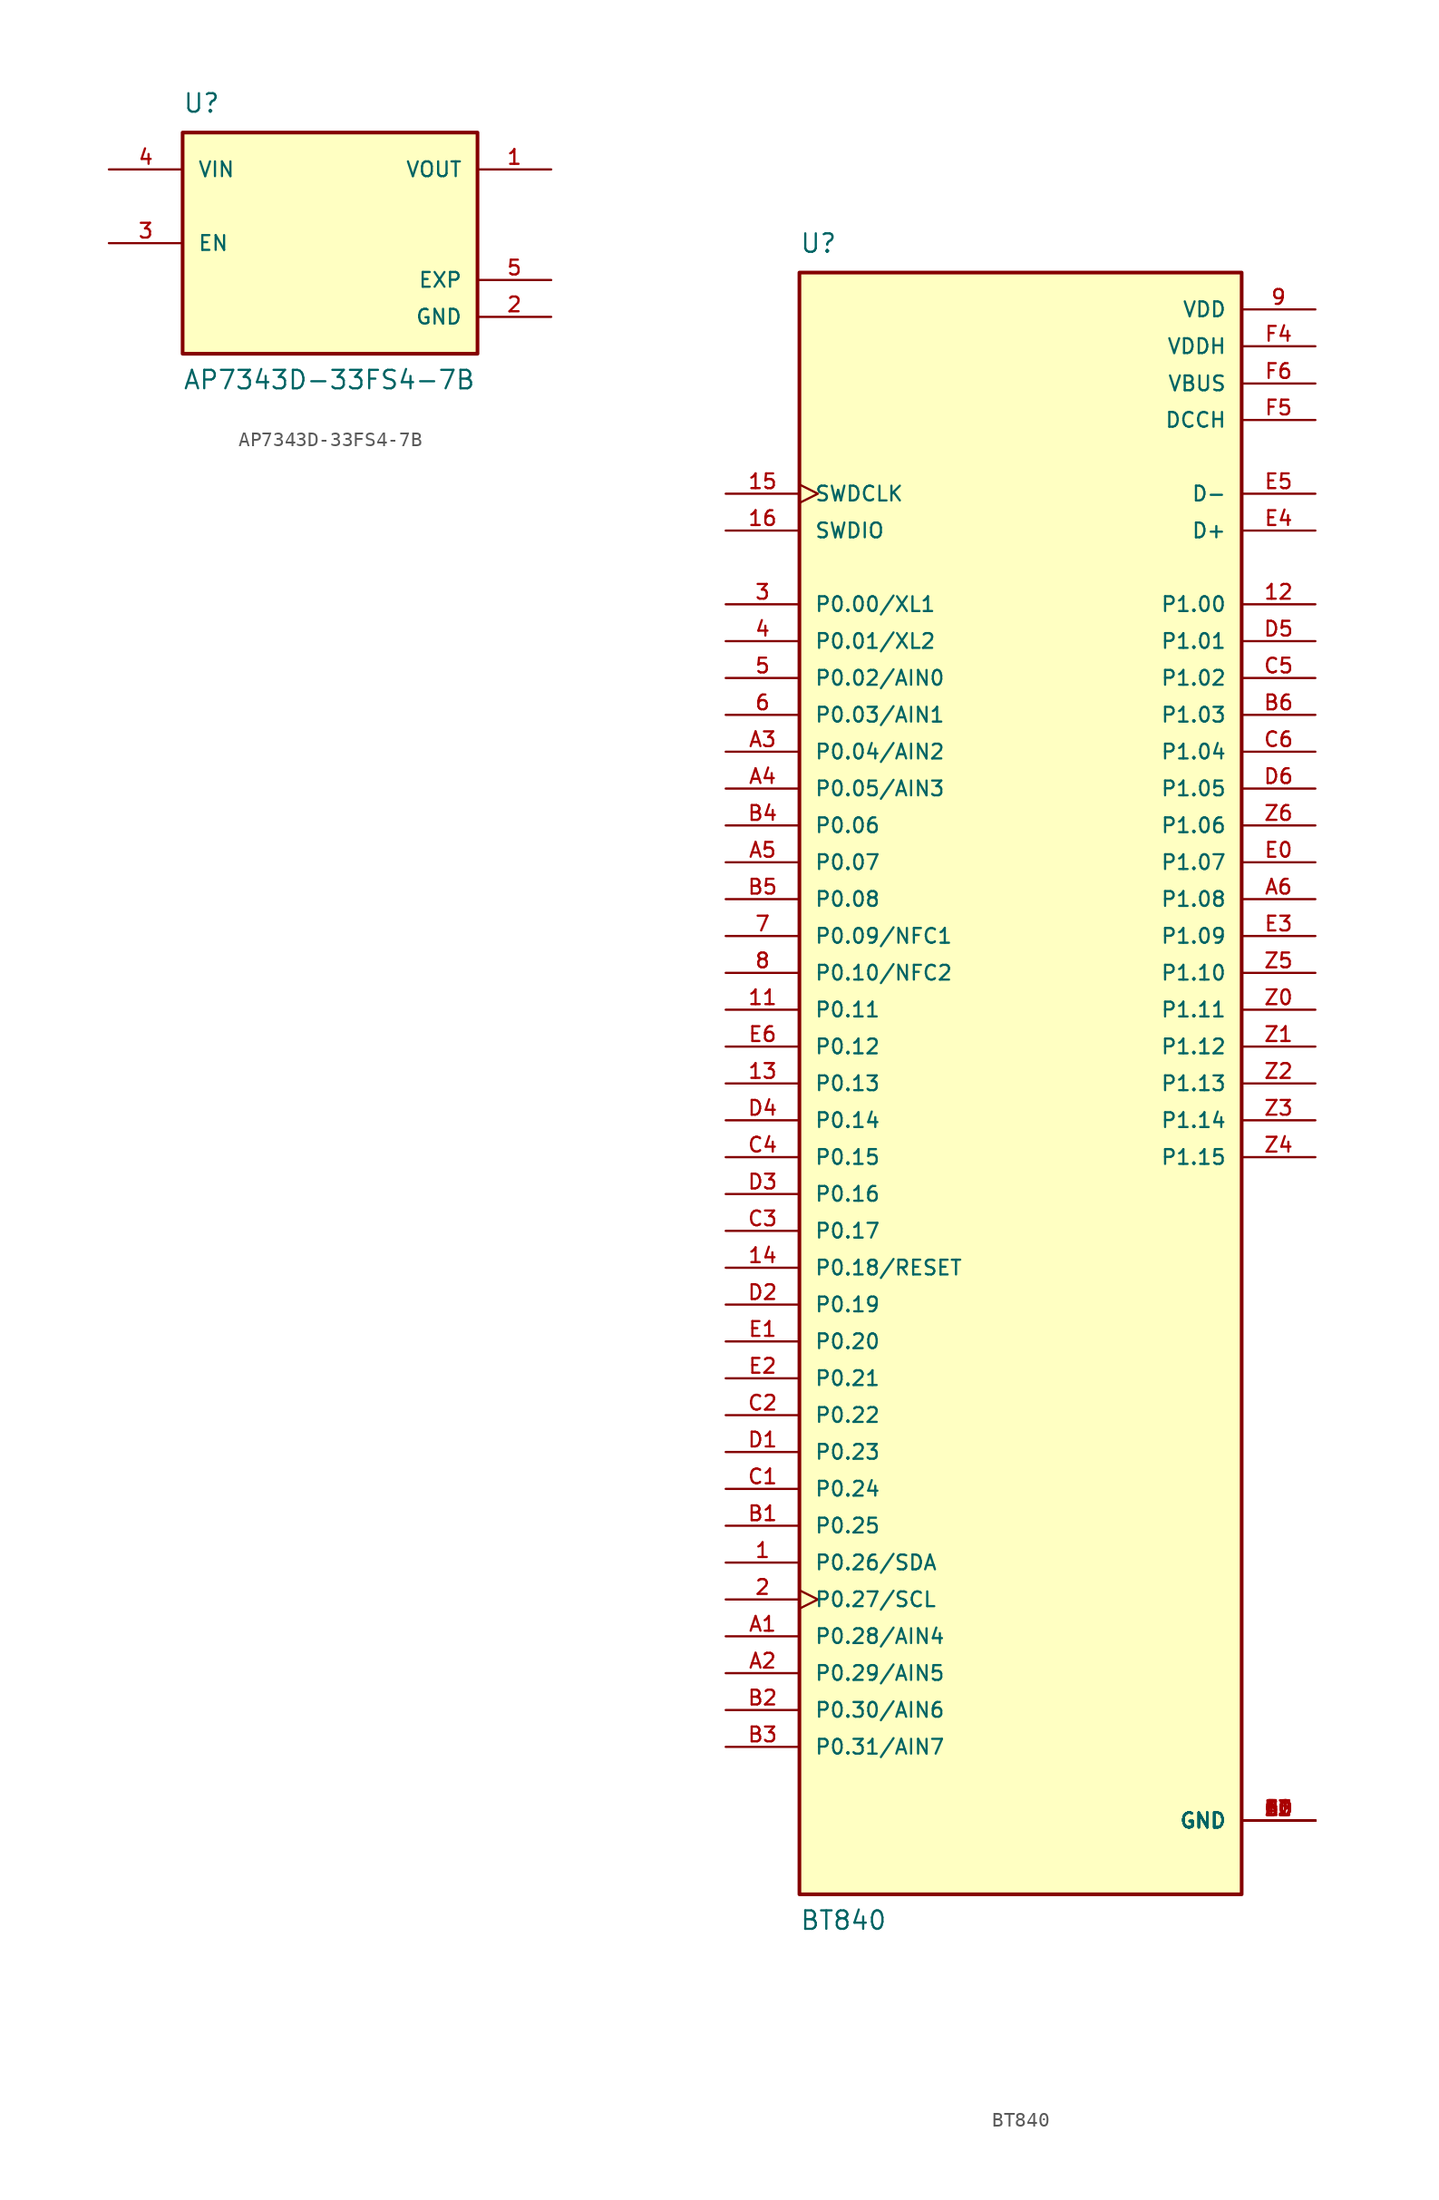
<source format=kicad_sym>
(kicad_symbol_lib
  (version 20220914)
  (generator kicad_symbol_editor)
  (symbol "AP7343D-33FS4-7B"
    (pin_names
      (offset 1.016))
    (property "Reference" "U"
      (at -10.164 8.898 0)
      (effects (font (size 1.27 1.27)) (justify left bottom)))
    (property "Value" "AP7343D-33FS4-7B"
      (at -10.161 -10.163 0)
      (effects (font (size 1.27 1.27)) (justify left bottom)))
    (symbol "AP7343D-33FS4-7B_0_0"
      (rectangle (start -10.16 -7.62) (end 10.16 7.62) (stroke (width 0.254) (type default)) (fill (type background)))
      (pin output line (at 15.24 5.08 180) (length 5.08) (name "VOUT" (effects (font (size 1.016 1.016)))) (number "1" (effects (font (size 1.016 1.016)))))
      (pin power_in line (at 15.24 -5.08 180) (length 5.08) (name "GND" (effects (font (size 1.016 1.016)))) (number "2" (effects (font (size 1.016 1.016)))))
      (pin input line (at -15.24 0 0) (length 5.08) (name "EN" (effects (font (size 1.016 1.016)))) (number "3" (effects (font (size 1.016 1.016)))))
      (pin input line (at -15.24 5.08 0) (length 5.08) (name "VIN" (effects (font (size 1.016 1.016)))) (number "4" (effects (font (size 1.016 1.016)))))
      (pin passive line (at 15.24 -2.54 180) (length 5.08) (name "EXP" (effects (font (size 1.016 1.016)))) (number "5" (effects (font (size 1.016 1.016)))))))
  (symbol "BT840"
    (pin_names
      (offset 1.016))
    (property "Reference" "U"
      (at -15.24 57.15 0)
      (effects (font (size 1.27 1.27)) (justify left bottom)))
    (property "Value" "BT840"
      (at -15.24 -58.42 0)
      (effects (font (size 1.27 1.27)) (justify left bottom)))
    (property "ki_locked" ""
      (at 0 0 0)
      (effects (font (size 1.27 1.27))))
    (symbol "BT840_0_0"
      (rectangle (start -15.24 -55.88) (end 15.24 55.88) (stroke (width 0.254) (type default)) (fill (type background)))
      (pin bidirectional line (at -20.32 -33.02 0) (length 5.08) (name "P0.26/SDA" (effects (font (size 1.016 1.016)))) (number "1" (effects (font (size 1.016 1.016)))))
      (pin power_in line (at 20.32 -50.8 180) (length 5.08) (name "GND" (effects (font (size 1.016 1.016)))) (number "10" (effects (font (size 1.016 1.016)))))
      (pin bidirectional line (at -20.32 5.08 0) (length 5.08) (name "P0.11" (effects (font (size 1.016 1.016)))) (number "11" (effects (font (size 1.016 1.016)))))
      (pin bidirectional line (at 20.32 33.02 180) (length 5.08) (name "P1.00" (effects (font (size 1.016 1.016)))) (number "12" (effects (font (size 1.016 1.016)))))
      (pin bidirectional line (at -20.32 0 0) (length 5.08) (name "P0.13" (effects (font (size 1.016 1.016)))) (number "13" (effects (font (size 1.016 1.016)))))
      (pin bidirectional line (at -20.32 -12.7 0) (length 5.08) (name "P0.18/RESET" (effects (font (size 1.016 1.016)))) (number "14" (effects (font (size 1.016 1.016)))))
      (pin input clock (at -20.32 40.64 0) (length 5.08) (name "SWDCLK" (effects (font (size 1.016 1.016)))) (number "15" (effects (font (size 1.016 1.016)))))
      (pin bidirectional line (at -20.32 38.1 0) (length 5.08) (name "SWDIO" (effects (font (size 1.016 1.016)))) (number "16" (effects (font (size 1.016 1.016)))))
      (pin bidirectional clock (at -20.32 -35.56 0) (length 5.08) (name "P0.27/SCL" (effects (font (size 1.016 1.016)))) (number "2" (effects (font (size 1.016 1.016)))))
      (pin bidirectional line (at -20.32 33.02 0) (length 5.08) (name "P0.00/XL1" (effects (font (size 1.016 1.016)))) (number "3" (effects (font (size 1.016 1.016)))))
      (pin bidirectional line (at -20.32 30.48 0) (length 5.08) (name "P0.01/XL2" (effects (font (size 1.016 1.016)))) (number "4" (effects (font (size 1.016 1.016)))))
      (pin bidirectional line (at -20.32 27.94 0) (length 5.08) (name "P0.02/AIN0" (effects (font (size 1.016 1.016)))) (number "5" (effects (font (size 1.016 1.016)))))
      (pin bidirectional line (at -20.32 25.4 0) (length 5.08) (name "P0.03/AIN1" (effects (font (size 1.016 1.016)))) (number "6" (effects (font (size 1.016 1.016)))))
      (pin bidirectional line (at -20.32 10.16 0) (length 5.08) (name "P0.09/NFC1" (effects (font (size 1.016 1.016)))) (number "7" (effects (font (size 1.016 1.016)))))
      (pin bidirectional line (at -20.32 7.62 0) (length 5.08) (name "P0.10/NFC2" (effects (font (size 1.016 1.016)))) (number "8" (effects (font (size 1.016 1.016)))))
      (pin power_in line (at 20.32 53.34 180) (length 5.08) (name "VDD" (effects (font (size 1.016 1.016)))) (number "9" (effects (font (size 1.016 1.016)))))
      (pin power_in line (at 20.32 -50.8 180) (length 5.08) (name "GND" (effects (font (size 1.016 1.016)))) (number "A0" (effects (font (size 1.016 1.016)))))
      (pin bidirectional line (at -20.32 -38.1 0) (length 5.08) (name "P0.28/AIN4" (effects (font (size 1.016 1.016)))) (number "A1" (effects (font (size 1.016 1.016)))))
      (pin bidirectional line (at -20.32 -40.64 0) (length 5.08) (name "P0.29/AIN5" (effects (font (size 1.016 1.016)))) (number "A2" (effects (font (size 1.016 1.016)))))
      (pin bidirectional line (at -20.32 22.86 0) (length 5.08) (name "P0.04/AIN2" (effects (font (size 1.016 1.016)))) (number "A3" (effects (font (size 1.016 1.016)))))
      (pin bidirectional line (at -20.32 20.32 0) (length 5.08) (name "P0.05/AIN3" (effects (font (size 1.016 1.016)))) (number "A4" (effects (font (size 1.016 1.016)))))
      (pin bidirectional line (at -20.32 15.24 0) (length 5.08) (name "P0.07" (effects (font (size 1.016 1.016)))) (number "A5" (effects (font (size 1.016 1.016)))))
      (pin bidirectional line (at 20.32 12.7 180) (length 5.08) (name "P1.08" (effects (font (size 1.016 1.016)))) (number "A6" (effects (font (size 1.016 1.016)))))
      (pin power_in line (at 20.32 -50.8 180) (length 5.08) (name "GND" (effects (font (size 1.016 1.016)))) (number "B0" (effects (font (size 1.016 1.016)))))
      (pin bidirectional line (at -20.32 -30.48 0) (length 5.08) (name "P0.25" (effects (font (size 1.016 1.016)))) (number "B1" (effects (font (size 1.016 1.016)))))
      (pin bidirectional line (at -20.32 -43.18 0) (length 5.08) (name "P0.30/AIN6" (effects (font (size 1.016 1.016)))) (number "B2" (effects (font (size 1.016 1.016)))))
      (pin bidirectional line (at -20.32 -45.72 0) (length 5.08) (name "P0.31/AIN7" (effects (font (size 1.016 1.016)))) (number "B3" (effects (font (size 1.016 1.016)))))
      (pin bidirectional line (at -20.32 17.78 0) (length 5.08) (name "P0.06" (effects (font (size 1.016 1.016)))) (number "B4" (effects (font (size 1.016 1.016)))))
      (pin bidirectional line (at -20.32 12.7 0) (length 5.08) (name "P0.08" (effects (font (size 1.016 1.016)))) (number "B5" (effects (font (size 1.016 1.016)))))
      (pin bidirectional line (at 20.32 25.4 180) (length 5.08) (name "P1.03" (effects (font (size 1.016 1.016)))) (number "B6" (effects (font (size 1.016 1.016)))))
      (pin power_in line (at 20.32 -50.8 180) (length 5.08) (name "GND" (effects (font (size 1.016 1.016)))) (number "C0" (effects (font (size 1.016 1.016)))))
      (pin bidirectional line (at -20.32 -27.94 0) (length 5.08) (name "P0.24" (effects (font (size 1.016 1.016)))) (number "C1" (effects (font (size 1.016 1.016)))))
      (pin bidirectional line (at -20.32 -22.86 0) (length 5.08) (name "P0.22" (effects (font (size 1.016 1.016)))) (number "C2" (effects (font (size 1.016 1.016)))))
      (pin bidirectional line (at -20.32 -10.16 0) (length 5.08) (name "P0.17" (effects (font (size 1.016 1.016)))) (number "C3" (effects (font (size 1.016 1.016)))))
      (pin bidirectional line (at -20.32 -5.08 0) (length 5.08) (name "P0.15" (effects (font (size 1.016 1.016)))) (number "C4" (effects (font (size 1.016 1.016)))))
      (pin bidirectional line (at 20.32 27.94 180) (length 5.08) (name "P1.02" (effects (font (size 1.016 1.016)))) (number "C5" (effects (font (size 1.016 1.016)))))
      (pin bidirectional line (at 20.32 22.86 180) (length 5.08) (name "P1.04" (effects (font (size 1.016 1.016)))) (number "C6" (effects (font (size 1.016 1.016)))))
      (pin power_in line (at 20.32 -50.8 180) (length 5.08) (name "GND" (effects (font (size 1.016 1.016)))) (number "D0" (effects (font (size 1.016 1.016)))))
      (pin bidirectional line (at -20.32 -25.4 0) (length 5.08) (name "P0.23" (effects (font (size 1.016 1.016)))) (number "D1" (effects (font (size 1.016 1.016)))))
      (pin bidirectional line (at -20.32 -15.24 0) (length 5.08) (name "P0.19" (effects (font (size 1.016 1.016)))) (number "D2" (effects (font (size 1.016 1.016)))))
      (pin bidirectional line (at -20.32 -7.62 0) (length 5.08) (name "P0.16" (effects (font (size 1.016 1.016)))) (number "D3" (effects (font (size 1.016 1.016)))))
      (pin bidirectional line (at -20.32 -2.54 0) (length 5.08) (name "P0.14" (effects (font (size 1.016 1.016)))) (number "D4" (effects (font (size 1.016 1.016)))))
      (pin bidirectional line (at 20.32 30.48 180) (length 5.08) (name "P1.01" (effects (font (size 1.016 1.016)))) (number "D5" (effects (font (size 1.016 1.016)))))
      (pin bidirectional line (at 20.32 20.32 180) (length 5.08) (name "P1.05" (effects (font (size 1.016 1.016)))) (number "D6" (effects (font (size 1.016 1.016)))))
      (pin bidirectional line (at 20.32 15.24 180) (length 5.08) (name "P1.07" (effects (font (size 1.016 1.016)))) (number "E0" (effects (font (size 1.016 1.016)))))
      (pin bidirectional line (at -20.32 -17.78 0) (length 5.08) (name "P0.20" (effects (font (size 1.016 1.016)))) (number "E1" (effects (font (size 1.016 1.016)))))
      (pin bidirectional line (at -20.32 -20.32 0) (length 5.08) (name "P0.21" (effects (font (size 1.016 1.016)))) (number "E2" (effects (font (size 1.016 1.016)))))
      (pin bidirectional line (at 20.32 10.16 180) (length 5.08) (name "P1.09" (effects (font (size 1.016 1.016)))) (number "E3" (effects (font (size 1.016 1.016)))))
      (pin bidirectional line (at 20.32 38.1 180) (length 5.08) (name "D+" (effects (font (size 1.016 1.016)))) (number "E4" (effects (font (size 1.016 1.016)))))
      (pin bidirectional line (at 20.32 40.64 180) (length 5.08) (name "D-" (effects (font (size 1.016 1.016)))) (number "E5" (effects (font (size 1.016 1.016)))))
      (pin bidirectional line (at -20.32 2.54 0) (length 5.08) (name "P0.12" (effects (font (size 1.016 1.016)))) (number "E6" (effects (font (size 1.016 1.016)))))
      (pin power_in line (at 20.32 -50.8 180) (length 5.08) (name "GND" (effects (font (size 1.016 1.016)))) (number "F0" (effects (font (size 1.016 1.016)))))
      (pin power_in line (at 20.32 -50.8 180) (length 5.08) (name "GND" (effects (font (size 1.016 1.016)))) (number "F1" (effects (font (size 1.016 1.016)))))
      (pin power_in line (at 20.32 -50.8 180) (length 5.08) (name "GND" (effects (font (size 1.016 1.016)))) (number "F2" (effects (font (size 1.016 1.016)))))
      (pin power_in line (at 20.32 -50.8 180) (length 5.08) (name "GND" (effects (font (size 1.016 1.016)))) (number "F3" (effects (font (size 1.016 1.016)))))
      (pin power_in line (at 20.32 50.8 180) (length 5.08) (name "VDDH" (effects (font (size 1.016 1.016)))) (number "F4" (effects (font (size 1.016 1.016)))))
      (pin power_in line (at 20.32 45.72 180) (length 5.08) (name "DCCH" (effects (font (size 1.016 1.016)))) (number "F5" (effects (font (size 1.016 1.016)))))
      (pin power_in line (at 20.32 48.235 180) (length 5.08) (name "VBUS" (effects (font (size 1.016 1.016)))) (number "F6" (effects (font (size 1.016 1.016)))))
      (pin bidirectional line (at 20.32 5.08 180) (length 5.08) (name "P1.11" (effects (font (size 1.016 1.016)))) (number "Z0" (effects (font (size 1.016 1.016)))))
      (pin bidirectional line (at 20.32 2.54 180) (length 5.08) (name "P1.12" (effects (font (size 1.016 1.016)))) (number "Z1" (effects (font (size 1.016 1.016)))))
      (pin bidirectional line (at 20.32 0 180) (length 5.08) (name "P1.13" (effects (font (size 1.016 1.016)))) (number "Z2" (effects (font (size 1.016 1.016)))))
      (pin bidirectional line (at 20.32 -2.54 180) (length 5.08) (name "P1.14" (effects (font (size 1.016 1.016)))) (number "Z3" (effects (font (size 1.016 1.016)))))
      (pin bidirectional line (at 20.32 -5.08 180) (length 5.08) (name "P1.15" (effects (font (size 1.016 1.016)))) (number "Z4" (effects (font (size 1.016 1.016)))))
      (pin bidirectional line (at 20.32 7.62 180) (length 5.08) (name "P1.10" (effects (font (size 1.016 1.016)))) (number "Z5" (effects (font (size 1.016 1.016)))))
      (pin bidirectional line (at 20.32 17.78 180) (length 5.08) (name "P1.06" (effects (font (size 1.016 1.016)))) (number "Z6" (effects (font (size 1.016 1.016))))))))
</source>
